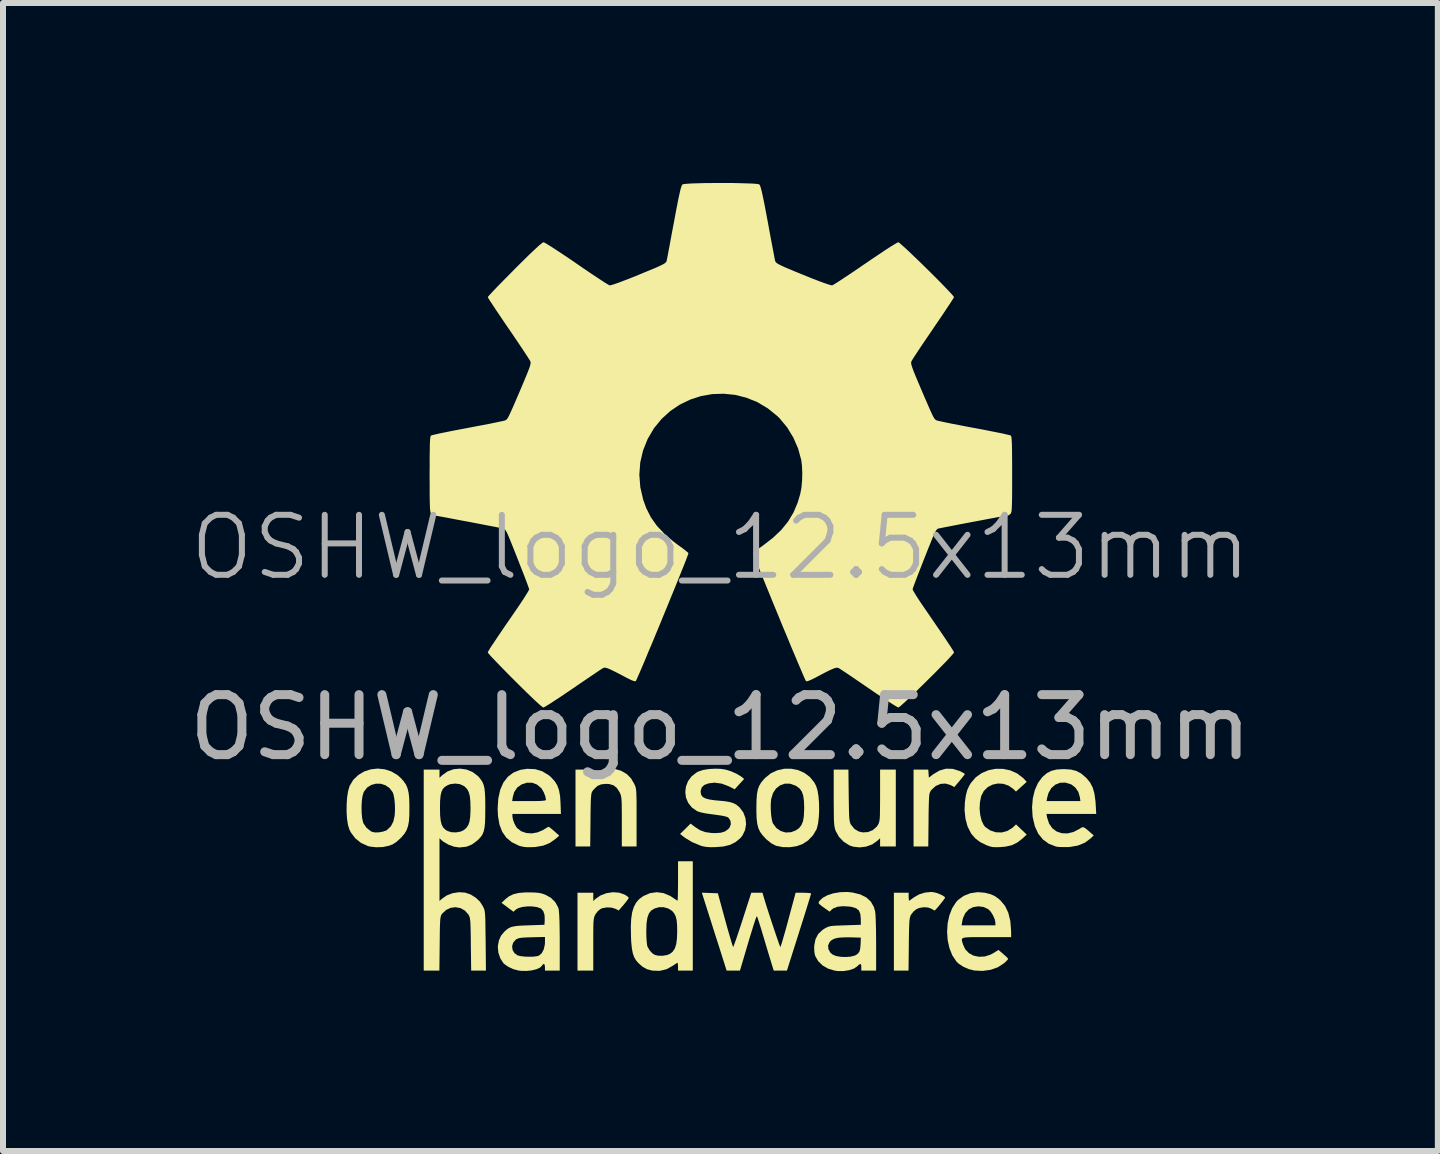
<source format=kicad_pcb>
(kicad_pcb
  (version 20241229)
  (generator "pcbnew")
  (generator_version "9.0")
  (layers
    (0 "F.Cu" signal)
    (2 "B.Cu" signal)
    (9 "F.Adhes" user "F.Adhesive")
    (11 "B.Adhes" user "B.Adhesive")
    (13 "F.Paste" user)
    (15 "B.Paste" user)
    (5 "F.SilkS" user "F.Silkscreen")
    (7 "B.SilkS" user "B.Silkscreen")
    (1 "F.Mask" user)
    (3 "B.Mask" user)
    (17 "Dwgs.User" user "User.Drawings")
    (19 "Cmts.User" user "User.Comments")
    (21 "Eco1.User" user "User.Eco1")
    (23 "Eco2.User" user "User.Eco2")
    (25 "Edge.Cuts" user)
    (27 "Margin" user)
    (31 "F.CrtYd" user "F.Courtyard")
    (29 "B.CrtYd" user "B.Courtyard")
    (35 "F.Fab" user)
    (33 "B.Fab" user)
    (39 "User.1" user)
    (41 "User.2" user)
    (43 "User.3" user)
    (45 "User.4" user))
  (footprint "OSHW_logo_12.5x13mm"
    (layer "F.Cu")
    (at 8.958 6.574)
    (property "Reference" "OSHW_logo_12.5x13mm" (at 0 -0.5 0) (unlocked yes) (layer "F.Fab") (effects (font (size 1 1) (thickness 0.1))))
    (attr smd exclude_from_pos_files exclude_from_bom)
    (fp_poly (pts (xy 3.874 3.192) (xy 3.986 3.227) (xy 3.988 3.228) (xy 4.035 3.251) (xy 4.066 3.27) (xy 4.075 3.278) (xy 4.065 3.295) (xy 4.038 3.329) (xy 4 3.376) (xy 3.987 3.392) (xy 3.899 3.495) (xy 3.836 3.462) (xy 3.753 3.437) (xy 3.67 3.442) (xy 3.59 3.477) (xy 3.52 3.54) (xy 3.509 3.555) (xy 3.499 3.57) (xy 3.491 3.588) (xy 3.484 3.613) (xy 3.48 3.649) (xy 3.477 3.7) (xy 3.474 3.77) (xy 3.472 3.863) (xy 3.47 3.982) (xy 3.47 4.043) (xy 3.465 4.485) (xy 3.342 4.485) (xy 3.22 4.485) (xy 3.22 3.845) (xy 3.22 3.204) (xy 3.342 3.204) (xy 3.465 3.204) (xy 3.47 3.271) (xy 3.475 3.338) (xy 3.549 3.281) (xy 3.654 3.219) (xy 3.762 3.189)) (stroke (width 0) (type solid)) (fill yes) (layer "F.SilkS"))
    (fp_poly (pts (xy -1.687 5.256) (xy -1.598 5.287) (xy -1.557 5.312) (xy -1.532 5.334) (xy -1.528 5.342) (xy -1.538 5.362) (xy -1.565 5.399) (xy -1.603 5.446) (xy -1.611 5.456) (xy -1.695 5.553) (xy -1.747 5.525) (xy -1.814 5.505) (xy -1.892 5.501) (xy -1.966 5.514) (xy -2.001 5.529) (xy -2.042 5.563) (xy -2.079 5.61) (xy -2.085 5.62) (xy -2.095 5.64) (xy -2.103 5.661) (xy -2.109 5.689) (xy -2.114 5.727) (xy -2.117 5.778) (xy -2.118 5.849) (xy -2.119 5.942) (xy -2.119 6.062) (xy -2.119 6.118) (xy -2.119 6.555) (xy -2.251 6.555) (xy -2.382 6.555) (xy -2.382 5.906) (xy -2.382 5.257) (xy -2.251 5.257) (xy -2.119 5.257) (xy -2.119 5.326) (xy -2.119 5.395) (xy -2.082 5.36) (xy -1.998 5.302) (xy -1.898 5.264) (xy -1.791 5.248)) (stroke (width 0) (type solid)) (fill yes) (layer "F.SilkS"))
    (fp_poly (pts (xy 3.553 5.248) (xy 3.603 5.26) (xy 3.657 5.28) (xy 3.704 5.303) (xy 3.737 5.325) (xy 3.746 5.338) (xy 3.736 5.356) (xy 3.711 5.39) (xy 3.677 5.433) (xy 3.64 5.479) (xy 3.605 5.519) (xy 3.58 5.546) (xy 3.57 5.553) (xy 3.554 5.545) (xy 3.522 5.526) (xy 3.522 5.525) (xy 3.463 5.503) (xy 3.391 5.498) (xy 3.317 5.51) (xy 3.269 5.53) (xy 3.222 5.567) (xy 3.183 5.615) (xy 3.18 5.619) (xy 3.17 5.639) (xy 3.162 5.661) (xy 3.156 5.69) (xy 3.151 5.729) (xy 3.148 5.785) (xy 3.145 5.859) (xy 3.143 5.958) (xy 3.141 6.083) (xy 3.141 6.116) (xy 3.136 6.555) (xy 3.014 6.555) (xy 2.892 6.555) (xy 2.892 5.906) (xy 2.892 5.257) (xy 3.015 5.257) (xy 3.138 5.257) (xy 3.138 5.323) (xy 3.14 5.364) (xy 3.144 5.387) (xy 3.146 5.389) (xy 3.163 5.38) (xy 3.196 5.356) (xy 3.228 5.333) (xy 3.313 5.284) (xy 3.411 5.254) (xy 3.511 5.244)) (stroke (width 0) (type solid)) (fill yes) (layer "F.SilkS"))
    (fp_poly (pts (xy 2.139 3.635) (xy 2.141 3.767) (xy 2.143 3.869) (xy 2.145 3.948) (xy 2.148 4.006) (xy 2.153 4.048) (xy 2.159 4.079) (xy 2.166 4.101) (xy 2.176 4.121) (xy 2.177 4.122) (xy 2.234 4.193) (xy 2.307 4.236) (xy 2.371 4.251) (xy 2.459 4.246) (xy 2.539 4.214) (xy 2.604 4.158) (xy 2.626 4.126) (xy 2.637 4.105) (xy 2.645 4.083) (xy 2.651 4.056) (xy 2.656 4.02) (xy 2.659 3.97) (xy 2.66 3.901) (xy 2.661 3.811) (xy 2.662 3.693) (xy 2.662 3.633) (xy 2.662 3.204) (xy 2.793 3.204) (xy 2.924 3.204) (xy 2.924 3.845) (xy 2.924 4.485) (xy 2.793 4.485) (xy 2.662 4.485) (xy 2.662 4.416) (xy 2.662 4.348) (xy 2.616 4.391) (xy 2.531 4.451) (xy 2.43 4.488) (xy 2.321 4.501) (xy 2.214 4.489) (xy 2.152 4.468) (xy 2.055 4.407) (xy 1.977 4.326) (xy 1.923 4.229) (xy 1.922 4.227) (xy 1.912 4.198) (xy 1.905 4.169) (xy 1.899 4.133) (xy 1.895 4.087) (xy 1.892 4.027) (xy 1.891 3.949) (xy 1.89 3.847) (xy 1.889 3.718) (xy 1.889 3.671) (xy 1.889 3.204) (xy 2.012 3.204) (xy 2.134 3.204)) (stroke (width 0) (type solid)) (fill yes) (layer "F.SilkS"))
    (fp_poly (pts (xy 4.711 3.192) (xy 4.832 3.217) (xy 4.944 3.267) (xy 5.043 3.342) (xy 5.063 3.362) (xy 5.106 3.409) (xy 5.017 3.489) (xy 4.927 3.57) (xy 4.883 3.527) (xy 4.803 3.471) (xy 4.715 3.441) (xy 4.624 3.436) (xy 4.536 3.455) (xy 4.457 3.496) (xy 4.392 3.559) (xy 4.349 3.641) (xy 4.346 3.652) (xy 4.326 3.752) (xy 4.321 3.858) (xy 4.331 3.961) (xy 4.354 4.054) (xy 4.389 4.128) (xy 4.415 4.161) (xy 4.498 4.218) (xy 4.591 4.249) (xy 4.689 4.252) (xy 4.783 4.227) (xy 4.868 4.175) (xy 4.883 4.161) (xy 4.928 4.118) (xy 5.017 4.203) (xy 5.106 4.287) (xy 5.034 4.354) (xy 4.949 4.42) (xy 4.859 4.464) (xy 4.756 4.488) (xy 4.666 4.496) (xy 4.59 4.498) (xy 4.534 4.495) (xy 4.486 4.483) (xy 4.432 4.463) (xy 4.329 4.412) (xy 4.25 4.352) (xy 4.185 4.277) (xy 4.175 4.261) (xy 4.12 4.152) (xy 4.085 4.023) (xy 4.07 3.88) (xy 4.076 3.742) (xy 4.092 3.633) (xy 4.115 3.545) (xy 4.15 3.469) (xy 4.176 3.427) (xy 4.256 3.333) (xy 4.356 3.262) (xy 4.468 3.215) (xy 4.588 3.191)) (stroke (width 0) (type solid)) (fill yes) (layer "F.SilkS"))
    (fp_poly (pts (xy -1.767 3.191) (xy -1.655 3.224) (xy -1.649 3.227) (xy -1.559 3.28) (xy -1.49 3.35) (xy -1.436 3.442) (xy -1.425 3.466) (xy -1.416 3.49) (xy -1.409 3.517) (xy -1.404 3.551) (xy -1.401 3.596) (xy -1.399 3.657) (xy -1.397 3.738) (xy -1.397 3.843) (xy -1.397 3.975) (xy -1.397 4.005) (xy -1.397 4.485) (xy -1.52 4.485) (xy -1.643 4.485) (xy -1.643 4.07) (xy -1.643 3.942) (xy -1.644 3.842) (xy -1.645 3.766) (xy -1.648 3.71) (xy -1.652 3.668) (xy -1.658 3.638) (xy -1.666 3.613) (xy -1.676 3.59) (xy -1.68 3.582) (xy -1.726 3.51) (xy -1.781 3.466) (xy -1.852 3.445) (xy -1.906 3.442) (xy -1.987 3.45) (xy -2.051 3.478) (xy -2.108 3.532) (xy -2.127 3.555) (xy -2.137 3.57) (xy -2.145 3.588) (xy -2.151 3.613) (xy -2.155 3.649) (xy -2.159 3.7) (xy -2.161 3.769) (xy -2.163 3.862) (xy -2.165 3.982) (xy -2.165 4.043) (xy -2.17 4.485) (xy -2.293 4.485) (xy -2.415 4.485) (xy -2.415 3.845) (xy -2.415 3.204) (xy -2.292 3.204) (xy -2.169 3.204) (xy -2.169 3.269) (xy -2.169 3.335) (xy -2.094 3.278) (xy -1.991 3.219) (xy -1.881 3.19)) (stroke (width 0) (type solid)) (fill yes) (layer "F.SilkS"))
    (fp_poly (pts (xy 5.839 3.203) (xy 5.932 3.226) (xy 6.014 3.27) (xy 6.095 3.339) (xy 6.106 3.35) (xy 6.164 3.422) (xy 6.207 3.505) (xy 6.235 3.606) (xy 6.252 3.73) (xy 6.255 3.774) (xy 6.265 3.943) (xy 5.85 3.943) (xy 5.435 3.943) (xy 5.446 4.004) (xy 5.479 4.104) (xy 5.533 4.182) (xy 5.605 4.236) (xy 5.691 4.265) (xy 5.786 4.268) (xy 5.886 4.244) (xy 5.984 4.193) (xy 6.015 4.173) (xy 6.039 4.164) (xy 6.061 4.168) (xy 6.091 4.188) (xy 6.136 4.225) (xy 6.163 4.249) (xy 6.223 4.301) (xy 6.172 4.351) (xy 6.075 4.423) (xy 5.957 4.471) (xy 5.822 4.494) (xy 5.783 4.496) (xy 5.712 4.496) (xy 5.648 4.494) (xy 5.602 4.489) (xy 5.594 4.487) (xy 5.475 4.441) (xy 5.376 4.369) (xy 5.298 4.272) (xy 5.242 4.15) (xy 5.207 4.004) (xy 5.204 3.985) (xy 5.195 3.83) (xy 5.204 3.729) (xy 5.437 3.729) (xy 5.719 3.729) (xy 6.001 3.729) (xy 5.992 3.664) (xy 5.967 3.577) (xy 5.917 3.504) (xy 5.85 3.452) (xy 5.842 3.449) (xy 5.748 3.421) (xy 5.659 3.424) (xy 5.581 3.456) (xy 5.516 3.513) (xy 5.469 3.594) (xy 5.448 3.668) (xy 5.437 3.729) (xy 5.204 3.729) (xy 5.208 3.682) (xy 5.241 3.546) (xy 5.294 3.427) (xy 5.365 3.33) (xy 5.37 3.326) (xy 5.44 3.265) (xy 5.516 3.225) (xy 5.604 3.203) (xy 5.714 3.196) (xy 5.726 3.196)) (stroke (width 0) (type solid)) (fill yes) (layer "F.SilkS"))
    (fp_poly (pts (xy -3.087 3.197) (xy -2.968 3.233) (xy -2.861 3.298) (xy -2.824 3.33) (xy -2.763 3.396) (xy -2.719 3.466) (xy -2.69 3.547) (xy -2.672 3.647) (xy -2.665 3.758) (xy -2.658 3.943) (xy -3.062 3.943) (xy -3.467 3.943) (xy -3.467 3.985) (xy -3.457 4.039) (xy -3.434 4.103) (xy -3.402 4.161) (xy -3.388 4.179) (xy -3.32 4.232) (xy -3.236 4.261) (xy -3.142 4.268) (xy -3.045 4.25) (xy -2.952 4.209) (xy -2.934 4.198) (xy -2.895 4.173) (xy -2.867 4.159) (xy -2.862 4.157) (xy -2.845 4.168) (xy -2.811 4.195) (xy -2.768 4.232) (xy -2.686 4.305) (xy -2.744 4.356) (xy -2.842 4.426) (xy -2.952 4.471) (xy -3.08 4.494) (xy -3.13 4.497) (xy -3.216 4.498) (xy -3.282 4.492) (xy -3.338 4.479) (xy -3.364 4.47) (xy -3.478 4.414) (xy -3.568 4.339) (xy -3.636 4.242) (xy -3.682 4.123) (xy -3.707 3.98) (xy -3.713 3.855) (xy -3.705 3.729) (xy -3.471 3.729) (xy -3.189 3.729) (xy -3.081 3.729) (xy -3.003 3.727) (xy -2.95 3.723) (xy -2.92 3.718) (xy -2.908 3.711) (xy -2.908 3.709) (xy -2.918 3.65) (xy -2.944 3.583) (xy -2.978 3.524) (xy -2.986 3.514) (xy -3.056 3.454) (xy -3.138 3.423) (xy -3.227 3.423) (xy -3.313 3.451) (xy -3.387 3.504) (xy -3.437 3.579) (xy -3.46 3.66) (xy -3.471 3.729) (xy -3.705 3.729) (xy -3.702 3.686) (xy -3.67 3.541) (xy -3.617 3.42) (xy -3.543 3.324) (xy -3.45 3.254) (xy -3.337 3.209) (xy -3.22 3.191)) (stroke (width 0) (type solid)) (fill yes) (layer "F.SilkS"))
    (fp_poly (pts (xy 1.293 3.212) (xy 1.398 3.258) (xy 1.49 3.326) (xy 1.564 3.416) (xy 1.595 3.475) (xy 1.619 3.55) (xy 1.635 3.648) (xy 1.644 3.76) (xy 1.646 3.879) (xy 1.641 3.994) (xy 1.629 4.098) (xy 1.609 4.181) (xy 1.602 4.2) (xy 1.545 4.298) (xy 1.463 4.384) (xy 1.369 4.446) (xy 1.27 4.481) (xy 1.155 4.498) (xy 1.038 4.496) (xy 0.934 4.475) (xy 0.928 4.474) (xy 0.85 4.434) (xy 0.767 4.367) (xy 0.754 4.354) (xy 0.701 4.297) (xy 0.661 4.241) (xy 0.633 4.18) (xy 0.615 4.109) (xy 0.604 4.021) (xy 0.6 3.909) (xy 0.6 3.845) (xy 0.601 3.787) (xy 0.839 3.787) (xy 0.84 3.875) (xy 0.846 3.961) (xy 0.857 4.036) (xy 0.871 4.091) (xy 0.876 4.101) (xy 0.932 4.177) (xy 1.005 4.228) (xy 1.089 4.253) (xy 1.177 4.248) (xy 1.257 4.218) (xy 1.311 4.18) (xy 1.35 4.131) (xy 1.376 4.068) (xy 1.391 3.983) (xy 1.396 3.873) (xy 1.397 3.845) (xy 1.393 3.729) (xy 1.381 3.641) (xy 1.359 3.574) (xy 1.325 3.524) (xy 1.275 3.485) (xy 1.249 3.47) (xy 1.159 3.439) (xy 1.073 3.439) (xy 0.994 3.467) (xy 0.927 3.52) (xy 0.877 3.595) (xy 0.848 3.691) (xy 0.845 3.708) (xy 0.839 3.787) (xy 0.601 3.787) (xy 0.602 3.719) (xy 0.609 3.62) (xy 0.623 3.541) (xy 0.646 3.476) (xy 0.68 3.419) (xy 0.727 3.363) (xy 0.746 3.343) (xy 0.841 3.266) (xy 0.949 3.216) (xy 1.064 3.19) (xy 1.18 3.19)) (stroke (width 0) (type solid)) (fill yes) (layer "F.SilkS"))
    (fp_poly (pts (xy -5.597 3.199) (xy -5.485 3.235) (xy -5.382 3.296) (xy -5.329 3.343) (xy -5.278 3.4) (xy -5.24 3.456) (xy -5.214 3.518) (xy -5.197 3.591) (xy -5.187 3.683) (xy -5.184 3.798) (xy -5.184 3.845) (xy -5.185 3.97) (xy -5.192 4.069) (xy -5.207 4.147) (xy -5.23 4.212) (xy -5.263 4.269) (xy -5.31 4.325) (xy -5.338 4.354) (xy -5.403 4.412) (xy -5.463 4.45) (xy -5.522 4.473) (xy -5.626 4.495) (xy -5.738 4.499) (xy -5.843 4.487) (xy -5.876 4.478) (xy -5.991 4.426) (xy -6.087 4.349) (xy -6.161 4.25) (xy -6.186 4.199) (xy -6.209 4.121) (xy -6.224 4.019) (xy -6.231 3.904) (xy -6.23 3.824) (xy -5.982 3.824) (xy -5.98 3.921) (xy -5.972 4.009) (xy -5.957 4.08) (xy -5.949 4.101) (xy -5.899 4.174) (xy -5.829 4.23) (xy -5.8 4.244) (xy -5.753 4.252) (xy -5.69 4.25) (xy -5.625 4.238) (xy -5.572 4.22) (xy -5.557 4.211) (xy -5.492 4.148) (xy -5.451 4.069) (xy -5.429 3.968) (xy -5.429 3.965) (xy -5.424 3.876) (xy -5.426 3.783) (xy -5.434 3.695) (xy -5.448 3.623) (xy -5.462 3.582) (xy -5.515 3.512) (xy -5.583 3.465) (xy -5.661 3.44) (xy -5.742 3.439) (xy -5.82 3.46) (xy -5.889 3.504) (xy -5.941 3.571) (xy -5.948 3.586) (xy -5.966 3.647) (xy -5.977 3.729) (xy -5.982 3.824) (xy -6.23 3.824) (xy -6.23 3.784) (xy -6.222 3.667) (xy -6.206 3.564) (xy -6.182 3.482) (xy -6.179 3.474) (xy -6.118 3.373) (xy -6.035 3.294) (xy -5.937 3.235) (xy -5.828 3.2) (xy -5.713 3.187)) (stroke (width 0) (type solid)) (fill yes) (layer "F.SilkS"))
    (fp_poly (pts (xy 4.411 5.257) (xy 4.413 5.258) (xy 4.501 5.28) (xy 4.57 5.31) (xy 4.634 5.355) (xy 4.668 5.385) (xy 4.744 5.475) (xy 4.799 5.59) (xy 4.833 5.729) (xy 4.846 5.894) (xy 4.846 5.911) (xy 4.847 5.997) (xy 4.436 5.997) (xy 4.306 5.997) (xy 4.206 5.997) (xy 4.131 5.999) (xy 4.079 6.003) (xy 4.046 6.011) (xy 4.029 6.023) (xy 4.024 6.041) (xy 4.028 6.066) (xy 4.038 6.099) (xy 4.043 6.116) (xy 4.081 6.199) (xy 4.142 6.263) (xy 4.219 6.305) (xy 4.309 6.324) (xy 4.405 6.32) (xy 4.502 6.289) (xy 4.552 6.262) (xy 4.635 6.21) (xy 4.716 6.279) (xy 4.758 6.316) (xy 4.787 6.345) (xy 4.797 6.36) (xy 4.786 6.376) (xy 4.756 6.406) (xy 4.729 6.431) (xy 4.625 6.499) (xy 4.503 6.542) (xy 4.367 6.56) (xy 4.234 6.553) (xy 4.14 6.53) (xy 4.049 6.49) (xy 3.971 6.439) (xy 3.933 6.402) (xy 3.865 6.299) (xy 3.817 6.177) (xy 3.788 6.044) (xy 3.779 5.905) (xy 3.786 5.8) (xy 4.021 5.8) (xy 4.302 5.8) (xy 4.584 5.8) (xy 4.584 5.754) (xy 4.573 5.699) (xy 4.545 5.635) (xy 4.508 5.575) (xy 4.468 5.533) (xy 4.468 5.533) (xy 4.39 5.495) (xy 4.303 5.483) (xy 4.216 5.496) (xy 4.142 5.533) (xy 4.081 5.598) (xy 4.042 5.685) (xy 4.032 5.73) (xy 4.021 5.8) (xy 3.786 5.8) (xy 3.788 5.766) (xy 3.817 5.634) (xy 3.864 5.514) (xy 3.929 5.413) (xy 3.962 5.377) (xy 4.056 5.309) (xy 4.167 5.265) (xy 4.288 5.247)) (stroke (width 0) (type solid)) (fill yes) (layer "F.SilkS"))
    (fp_poly (pts (xy 0.011 3.192) (xy 0.084 3.204) (xy 0.176 3.232) (xy 0.267 3.272) (xy 0.342 3.317) (xy 0.358 3.329) (xy 0.396 3.36) (xy 0.317 3.446) (xy 0.238 3.533) (xy 0.145 3.485) (xy 0.022 3.438) (xy -0.098 3.422) (xy -0.198 3.434) (xy -0.268 3.46) (xy -0.311 3.5) (xy -0.328 3.557) (xy -0.329 3.576) (xy -0.322 3.622) (xy -0.298 3.657) (xy -0.254 3.683) (xy -0.187 3.702) (xy -0.092 3.716) (xy -0.033 3.721) (xy 0.074 3.731) (xy 0.156 3.745) (xy 0.218 3.764) (xy 0.268 3.791) (xy 0.312 3.827) (xy 0.32 3.835) (xy 0.382 3.918) (xy 0.418 4.014) (xy 0.428 4.114) (xy 0.411 4.213) (xy 0.368 4.303) (xy 0.331 4.348) (xy 0.252 4.413) (xy 0.16 4.459) (xy 0.05 4.486) (xy -0.073 4.496) (xy -0.166 4.498) (xy -0.236 4.493) (xy -0.295 4.482) (xy -0.329 4.472) (xy -0.472 4.413) (xy -0.59 4.341) (xy -0.611 4.325) (xy -0.672 4.277) (xy -0.584 4.191) (xy -0.497 4.104) (xy -0.42 4.163) (xy -0.338 4.215) (xy -0.249 4.247) (xy -0.146 4.261) (xy -0.09 4.263) (xy 0.004 4.257) (xy 0.075 4.236) (xy 0.129 4.198) (xy 0.152 4.171) (xy 0.174 4.117) (xy 0.169 4.06) (xy 0.14 4.012) (xy 0.124 3.999) (xy 0.092 3.987) (xy 0.034 3.974) (xy -0.044 3.962) (xy -0.119 3.952) (xy -0.242 3.935) (xy -0.333 3.916) (xy -0.39 3.896) (xy -0.475 3.836) (xy -0.536 3.76) (xy -0.573 3.673) (xy -0.585 3.579) (xy -0.574 3.486) (xy -0.539 3.396) (xy -0.48 3.317) (xy -0.398 3.253) (xy -0.366 3.236) (xy -0.29 3.211) (xy -0.195 3.195) (xy -0.09 3.189)) (stroke (width 0) (type solid)) (fill yes) (layer "F.SilkS"))
    (fp_poly (pts (xy -0.46 5.644) (xy -0.46 6.555) (xy -0.583 6.555) (xy -0.706 6.555) (xy -0.706 6.49) (xy -0.708 6.448) (xy -0.713 6.426) (xy -0.715 6.424) (xy -0.732 6.433) (xy -0.766 6.455) (xy -0.79 6.472) (xy -0.898 6.532) (xy -1.012 6.559) (xy -1.135 6.555) (xy -1.135 6.555) (xy -1.223 6.532) (xy -1.296 6.492) (xy -1.367 6.429) (xy -1.409 6.38) (xy -1.439 6.327) (xy -1.461 6.262) (xy -1.476 6.181) (xy -1.486 6.078) (xy -1.49 5.997) (xy -1.491 5.905) (xy -1.235 5.905) (xy -1.234 5.988) (xy -1.229 6.064) (xy -1.223 6.122) (xy -1.216 6.153) (xy -1.182 6.214) (xy -1.136 6.265) (xy -1.093 6.293) (xy -1.031 6.307) (xy -0.956 6.307) (xy -0.884 6.294) (xy -0.841 6.276) (xy -0.793 6.237) (xy -0.759 6.184) (xy -0.736 6.113) (xy -0.724 6.019) (xy -0.72 5.9) (xy -0.722 5.792) (xy -0.73 5.71) (xy -0.746 5.649) (xy -0.77 5.601) (xy -0.805 5.56) (xy -0.81 5.556) (xy -0.87 5.519) (xy -0.946 5.498) (xy -1.021 5.498) (xy -1.026 5.499) (xy -1.097 5.519) (xy -1.152 5.552) (xy -1.191 5.601) (xy -1.216 5.67) (xy -1.231 5.764) (xy -1.235 5.885) (xy -1.235 5.905) (xy -1.491 5.905) (xy -1.493 5.832) (xy -1.487 5.696) (xy -1.471 5.584) (xy -1.443 5.494) (xy -1.404 5.421) (xy -1.352 5.361) (xy -1.285 5.313) (xy -1.284 5.312) (xy -1.174 5.264) (xy -1.06 5.248) (xy -0.947 5.263) (xy -0.836 5.31) (xy -0.792 5.339) (xy -0.751 5.367) (xy -0.723 5.385) (xy -0.715 5.389) (xy -0.712 5.373) (xy -0.71 5.33) (xy -0.708 5.263) (xy -0.707 5.178) (xy -0.706 5.081) (xy -0.706 5.06) (xy -0.706 4.732) (xy -0.583 4.732) (xy -0.46 4.732)) (stroke (width 0) (type solid)) (fill yes) (layer "F.SilkS"))
    (fp_poly (pts (xy -0.175 5.261) (xy -0.042 5.266) (xy 0.08 5.713) (xy 0.112 5.829) (xy 0.142 5.933) (xy 0.168 6.023) (xy 0.189 6.093) (xy 0.204 6.14) (xy 0.212 6.161) (xy 0.213 6.161) (xy 0.22 6.146) (xy 0.236 6.104) (xy 0.26 6.038) (xy 0.289 5.952) (xy 0.323 5.851) (xy 0.36 5.738) (xy 0.369 5.709) (xy 0.515 5.257) (xy 0.608 5.257) (xy 0.701 5.257) (xy 0.722 5.327) (xy 0.743 5.397) (xy 0.769 5.481) (xy 0.8 5.577) (xy 0.833 5.679) (xy 0.867 5.782) (xy 0.9 5.881) (xy 0.931 5.973) (xy 0.958 6.051) (xy 0.979 6.112) (xy 0.994 6.15) (xy 1 6.161) (xy 1.007 6.146) (xy 1.021 6.103) (xy 1.041 6.036) (xy 1.066 5.949) (xy 1.095 5.847) (xy 1.126 5.733) (xy 1.132 5.709) (xy 1.254 5.257) (xy 1.383 5.257) (xy 1.443 5.259) (xy 1.489 5.263) (xy 1.511 5.268) (xy 1.512 5.27) (xy 1.507 5.288) (xy 1.494 5.333) (xy 1.472 5.404) (xy 1.444 5.495) (xy 1.41 5.605) (xy 1.371 5.728) (xy 1.328 5.863) (xy 1.311 5.918) (xy 1.109 6.555) (xy 0.999 6.555) (xy 0.889 6.555) (xy 0.84 6.395) (xy 0.818 6.324) (xy 0.79 6.231) (xy 0.758 6.125) (xy 0.726 6.016) (xy 0.705 5.947) (xy 0.678 5.855) (xy 0.652 5.774) (xy 0.631 5.709) (xy 0.616 5.665) (xy 0.609 5.648) (xy 0.604 5.654) (xy 0.592 5.68) (xy 0.576 5.728) (xy 0.552 5.8) (xy 0.523 5.895) (xy 0.485 6.018) (xy 0.441 6.167) (xy 0.388 6.346) (xy 0.349 6.477) (xy 0.326 6.555) (xy 0.215 6.555) (xy 0.104 6.555) (xy -0.03 6.132) (xy -0.071 6.005) (xy -0.113 5.874) (xy -0.153 5.746) (xy -0.19 5.631) (xy -0.221 5.533) (xy -0.237 5.483) (xy -0.309 5.256)) (stroke (width 0) (type solid)) (fill yes) (layer "F.SilkS"))
    (fp_poly (pts (xy -3.096 5.253) (xy -3.028 5.259) (xy -2.971 5.271) (xy -2.921 5.289) (xy -2.827 5.34) (xy -2.754 5.412) (xy -2.706 5.498) (xy -2.696 5.529) (xy -2.691 5.569) (xy -2.686 5.638) (xy -2.682 5.735) (xy -2.68 5.856) (xy -2.678 5.997) (xy -2.678 6.078) (xy -2.678 6.555) (xy -2.801 6.555) (xy -2.924 6.555) (xy -2.924 6.498) (xy -2.93 6.455) (xy -2.944 6.442) (xy -2.965 6.459) (xy -2.973 6.472) (xy -3.007 6.505) (xy -3.066 6.532) (xy -3.143 6.551) (xy -3.23 6.56) (xy -3.32 6.559) (xy -3.367 6.553) (xy -3.453 6.53) (xy -3.536 6.491) (xy -3.603 6.444) (xy -3.618 6.429) (xy -3.668 6.352) (xy -3.7 6.259) (xy -3.71 6.162) (xy -3.709 6.149) (xy -3.472 6.149) (xy -3.464 6.211) (xy -3.432 6.264) (xy -3.381 6.301) (xy -3.332 6.313) (xy -3.264 6.321) (xy -3.188 6.324) (xy -3.114 6.322) (xy -3.053 6.314) (xy -3.023 6.304) (xy -2.977 6.264) (xy -2.944 6.2) (xy -2.926 6.118) (xy -2.924 6.081) (xy -2.924 5.994) (xy -3.145 5.999) (xy -3.237 6.002) (xy -3.303 6.006) (xy -3.348 6.012) (xy -3.379 6.021) (xy -3.403 6.033) (xy -3.411 6.039) (xy -3.454 6.089) (xy -3.472 6.149) (xy -3.709 6.149) (xy -3.709 6.144) (xy -3.691 6.049) (xy -3.656 5.972) (xy -3.604 5.909) (xy -3.566 5.874) (xy -3.53 5.848) (xy -3.489 5.829) (xy -3.438 5.817) (xy -3.369 5.808) (xy -3.278 5.803) (xy -3.196 5.8) (xy -2.933 5.791) (xy -2.928 5.711) (xy -2.931 5.629) (xy -2.952 5.564) (xy -2.988 5.522) (xy -2.995 5.518) (xy -3.057 5.496) (xy -3.136 5.485) (xy -3.221 5.485) (xy -3.302 5.494) (xy -3.37 5.514) (xy -3.411 5.538) (xy -3.449 5.574) (xy -3.548 5.5) (xy -3.648 5.426) (xy -3.587 5.367) (xy -3.523 5.316) (xy -3.449 5.281) (xy -3.36 5.26) (xy -3.247 5.251) (xy -3.187 5.251)) (stroke (width 0) (type solid)) (fill yes) (layer "F.SilkS"))
    (fp_poly (pts (xy 2.201 5.253) (xy 2.33 5.284) (xy 2.432 5.335) (xy 2.508 5.405) (xy 2.559 5.495) (xy 2.579 5.568) (xy 2.584 5.608) (xy 2.588 5.675) (xy 2.591 5.765) (xy 2.594 5.871) (xy 2.595 5.989) (xy 2.596 6.106) (xy 2.596 6.555) (xy 2.473 6.555) (xy 2.349 6.555) (xy 2.349 6.498) (xy 2.346 6.456) (xy 2.332 6.443) (xy 2.306 6.459) (xy 2.284 6.481) (xy 2.228 6.52) (xy 2.15 6.547) (xy 2.056 6.562) (xy 1.956 6.562) (xy 1.905 6.555) (xy 1.797 6.523) (xy 1.704 6.469) (xy 1.63 6.397) (xy 1.581 6.311) (xy 1.577 6.3) (xy 1.566 6.241) (xy 1.563 6.166) (xy 1.565 6.139) (xy 1.795 6.139) (xy 1.801 6.198) (xy 1.833 6.255) (xy 1.871 6.288) (xy 1.927 6.311) (xy 2.003 6.325) (xy 2.088 6.328) (xy 2.17 6.322) (xy 2.239 6.305) (xy 2.263 6.293) (xy 2.296 6.268) (xy 2.317 6.238) (xy 2.33 6.193) (xy 2.336 6.127) (xy 2.338 6.095) (xy 2.341 6.005) (xy 2.159 6) (xy 2.045 6.001) (xy 1.959 6.008) (xy 1.894 6.025) (xy 1.847 6.052) (xy 1.818 6.083) (xy 1.795 6.139) (xy 1.565 6.139) (xy 1.565 6.134) (xy 1.586 6.029) (xy 1.631 5.944) (xy 1.703 5.876) (xy 1.737 5.854) (xy 1.768 5.837) (xy 1.797 5.824) (xy 1.831 5.815) (xy 1.874 5.809) (xy 1.935 5.805) (xy 2.018 5.802) (xy 2.078 5.8) (xy 2.341 5.791) (xy 2.34 5.687) (xy 2.332 5.607) (xy 2.308 5.552) (xy 2.263 5.516) (xy 2.192 5.494) (xy 2.158 5.488) (xy 2.047 5.481) (xy 1.954 5.49) (xy 1.883 5.517) (xy 1.855 5.538) (xy 1.821 5.572) (xy 1.761 5.53) (xy 1.699 5.486) (xy 1.661 5.456) (xy 1.641 5.436) (xy 1.637 5.421) (xy 1.644 5.405) (xy 1.652 5.393) (xy 1.706 5.341) (xy 1.786 5.298) (xy 1.885 5.266) (xy 1.995 5.248) (xy 2.111 5.244)) (stroke (width 0) (type solid)) (fill yes) (layer "F.SilkS"))
    (fp_poly (pts (xy -4.233 3.203) (xy -4.132 3.244) (xy -4.044 3.31) (xy -4.02 3.336) (xy -3.988 3.377) (xy -3.963 3.418) (xy -3.945 3.464) (xy -3.932 3.52) (xy -3.925 3.592) (xy -3.92 3.684) (xy -3.919 3.801) (xy -3.919 3.853) (xy -3.92 3.984) (xy -3.923 4.087) (xy -3.931 4.167) (xy -3.944 4.23) (xy -3.964 4.281) (xy -3.992 4.324) (xy -4.029 4.365) (xy -4.058 4.391) (xy -4.142 4.453) (xy -4.231 4.489) (xy -4.336 4.501) (xy -4.353 4.502) (xy -4.44 4.489) (xy -4.531 4.456) (xy -4.614 4.408) (xy -4.645 4.383) (xy -4.682 4.348) (xy -4.682 4.871) (xy -4.682 5.395) (xy -4.645 5.36) (xy -4.562 5.302) (xy -4.462 5.264) (xy -4.357 5.248) (xy -4.254 5.255) (xy -4.163 5.286) (xy -4.073 5.343) (xy -4.007 5.407) (xy -3.959 5.482) (xy -3.948 5.505) (xy -3.938 5.527) (xy -3.931 5.553) (xy -3.926 5.585) (xy -3.922 5.629) (xy -3.919 5.688) (xy -3.917 5.766) (xy -3.916 5.867) (xy -3.914 5.995) (xy -3.913 6.058) (xy -3.908 6.555) (xy -4.031 6.555) (xy -4.154 6.555) (xy -4.16 6.116) (xy -4.161 5.984) (xy -4.163 5.88) (xy -4.165 5.801) (xy -4.168 5.743) (xy -4.173 5.7) (xy -4.178 5.67) (xy -4.186 5.647) (xy -4.195 5.628) (xy -4.201 5.619) (xy -4.259 5.554) (xy -4.332 5.513) (xy -4.413 5.498) (xy -4.495 5.508) (xy -4.572 5.544) (xy -4.637 5.605) (xy -4.64 5.608) (xy -4.65 5.623) (xy -4.658 5.641) (xy -4.664 5.665) (xy -4.669 5.699) (xy -4.672 5.748) (xy -4.675 5.816) (xy -4.677 5.906) (xy -4.678 6.022) (xy -4.679 6.105) (xy -4.684 6.555) (xy -4.815 6.555) (xy -4.945 6.555) (xy -4.945 4.88) (xy -4.945 3.845) (xy -4.674 3.845) (xy -4.672 3.962) (xy -4.663 4.051) (xy -4.647 4.119) (xy -4.622 4.168) (xy -4.586 4.204) (xy -4.55 4.227) (xy -4.484 4.248) (xy -4.407 4.251) (xy -4.331 4.238) (xy -4.275 4.212) (xy -4.232 4.173) (xy -4.201 4.126) (xy -4.181 4.066) (xy -4.17 3.986) (xy -4.165 3.88) (xy -4.165 3.845) (xy -4.168 3.731) (xy -4.177 3.644) (xy -4.195 3.578) (xy -4.222 3.528) (xy -4.261 3.488) (xy -4.275 3.478) (xy -4.341 3.447) (xy -4.421 3.437) (xy -4.502 3.447) (xy -4.546 3.464) (xy -4.592 3.492) (xy -4.626 3.527) (xy -4.649 3.573) (xy -4.664 3.636) (xy -4.672 3.721) (xy -4.674 3.833) (xy -4.674 3.845) (xy -4.945 3.845) (xy -4.945 3.204) (xy -4.814 3.204) (xy -4.682 3.204) (xy -4.682 3.273) (xy -4.682 3.341) (xy -4.637 3.298) (xy -4.549 3.235) (xy -4.448 3.198) (xy -4.34 3.188)) (stroke (width 0) (type solid)) (fill yes) (layer "F.SilkS"))
    (fp_poly (pts (xy 0.105 -6.574) (xy 0.229 -6.573) (xy 0.346 -6.57) (xy 0.449 -6.567) (xy 0.536 -6.564) (xy 0.601 -6.559) (xy 0.64 -6.553) (xy 0.648 -6.55) (xy 0.657 -6.538) (xy 0.667 -6.513) (xy 0.679 -6.473) (xy 0.694 -6.414) (xy 0.711 -6.334) (xy 0.732 -6.231) (xy 0.757 -6.101) (xy 0.787 -5.941) (xy 0.791 -5.921) (xy 0.816 -5.783) (xy 0.84 -5.654) (xy 0.862 -5.538) (xy 0.881 -5.438) (xy 0.896 -5.36) (xy 0.906 -5.305) (xy 0.912 -5.279) (xy 0.912 -5.278) (xy 0.917 -5.264) (xy 0.926 -5.251) (xy 0.943 -5.236) (xy 0.971 -5.219) (xy 1.013 -5.198) (xy 1.071 -5.171) (xy 1.15 -5.138) (xy 1.252 -5.095) (xy 1.38 -5.043) (xy 1.436 -5.02) (xy 1.55 -4.974) (xy 1.652 -4.935) (xy 1.739 -4.903) (xy 1.806 -4.881) (xy 1.849 -4.869) (xy 1.863 -4.867) (xy 1.884 -4.878) (xy 1.929 -4.905) (xy 1.994 -4.947) (xy 2.077 -5.002) (xy 2.174 -5.066) (xy 2.282 -5.139) (xy 2.398 -5.219) (xy 2.415 -5.23) (xy 2.532 -5.31) (xy 2.641 -5.383) (xy 2.739 -5.449) (xy 2.824 -5.504) (xy 2.892 -5.546) (xy 2.94 -5.574) (xy 2.964 -5.586) (xy 2.966 -5.586) (xy 2.984 -5.575) (xy 3.021 -5.543) (xy 3.076 -5.494) (xy 3.144 -5.431) (xy 3.222 -5.356) (xy 3.308 -5.274) (xy 3.398 -5.186) (xy 3.489 -5.096) (xy 3.578 -5.008) (xy 3.662 -4.923) (xy 3.737 -4.846) (xy 3.801 -4.779) (xy 3.851 -4.726) (xy 3.883 -4.689) (xy 3.894 -4.671) (xy 3.885 -4.654) (xy 3.859 -4.613) (xy 3.819 -4.551) (xy 3.766 -4.472) (xy 3.703 -4.377) (xy 3.631 -4.271) (xy 3.553 -4.157) (xy 3.546 -4.146) (xy 3.467 -4.03) (xy 3.393 -3.921) (xy 3.327 -3.823) (xy 3.271 -3.738) (xy 3.226 -3.67) (xy 3.196 -3.622) (xy 3.183 -3.598) (xy 3.183 -3.598) (xy 3.179 -3.581) (xy 3.181 -3.557) (xy 3.19 -3.522) (xy 3.207 -3.473) (xy 3.233 -3.406) (xy 3.269 -3.318) (xy 3.318 -3.203) (xy 3.335 -3.162) (xy 3.395 -3.022) (xy 3.444 -2.909) (xy 3.482 -2.821) (xy 3.513 -2.753) (xy 3.536 -2.703) (xy 3.555 -2.668) (xy 3.569 -2.645) (xy 3.582 -2.631) (xy 3.594 -2.622) (xy 3.607 -2.616) (xy 3.611 -2.614) (xy 3.637 -2.608) (xy 3.692 -2.596) (xy 3.771 -2.579) (xy 3.87 -2.559) (xy 3.985 -2.537) (xy 4.113 -2.512) (xy 4.238 -2.489) (xy 4.373 -2.464) (xy 4.497 -2.439) (xy 4.609 -2.417) (xy 4.703 -2.398) (xy 4.775 -2.381) (xy 4.823 -2.37) (xy 4.842 -2.363) (xy 4.847 -2.352) (xy 4.852 -2.327) (xy 4.856 -2.286) (xy 4.859 -2.226) (xy 4.861 -2.144) (xy 4.862 -2.038) (xy 4.863 -1.905) (xy 4.863 -1.742) (xy 4.863 -1.716) (xy 4.863 -1.553) (xy 4.863 -1.42) (xy 4.862 -1.314) (xy 4.86 -1.231) (xy 4.858 -1.169) (xy 4.855 -1.124) (xy 4.851 -1.094) (xy 4.845 -1.074) (xy 4.839 -1.063) (xy 4.837 -1.061) (xy 4.814 -1.04) (xy 4.803 -1.035) (xy 4.784 -1.032) (xy 4.736 -1.024) (xy 4.665 -1.011) (xy 4.575 -0.994) (xy 4.471 -0.975) (xy 4.357 -0.953) (xy 4.238 -0.931) (xy 4.118 -0.908) (xy 4.001 -0.886) (xy 3.893 -0.865) (xy 3.797 -0.846) (xy 3.718 -0.831) (xy 3.66 -0.819) (xy 3.629 -0.813) (xy 3.624 -0.812) (xy 3.602 -0.791) (xy 3.578 -0.754) (xy 3.576 -0.75) (xy 3.558 -0.711) (xy 3.532 -0.648) (xy 3.5 -0.568) (xy 3.462 -0.475) (xy 3.422 -0.373) (xy 3.38 -0.267) (xy 3.339 -0.162) (xy 3.3 -0.062) (xy 3.265 0.029) (xy 3.237 0.104) (xy 3.216 0.161) (xy 3.205 0.194) (xy 3.204 0.2) (xy 3.213 0.22) (xy 3.238 0.263) (xy 3.276 0.325) (xy 3.325 0.4) (xy 3.383 0.485) (xy 3.406 0.519) (xy 3.517 0.681) (xy 3.611 0.818) (xy 3.689 0.932) (xy 3.752 1.026) (xy 3.801 1.1) (xy 3.839 1.156) (xy 3.865 1.198) (xy 3.883 1.227) (xy 3.892 1.245) (xy 3.894 1.253) (xy 3.882 1.27) (xy 3.85 1.307) (xy 3.801 1.361) (xy 3.737 1.428) (xy 3.661 1.505) (xy 3.578 1.59) (xy 3.489 1.678) (xy 3.398 1.768) (xy 3.308 1.856) (xy 3.223 1.939) (xy 3.145 2.013) (xy 3.077 2.077) (xy 3.023 2.126) (xy 2.986 2.157) (xy 2.968 2.169) (xy 2.947 2.16) (xy 2.903 2.134) (xy 2.839 2.094) (xy 2.758 2.041) (xy 2.663 1.979) (xy 2.558 1.908) (xy 2.475 1.851) (xy 2.364 1.775) (xy 2.26 1.704) (xy 2.168 1.641) (xy 2.089 1.588) (xy 2.028 1.548) (xy 1.988 1.522) (xy 1.975 1.513) (xy 1.957 1.507) (xy 1.936 1.506) (xy 1.907 1.512) (xy 1.867 1.528) (xy 1.811 1.553) (xy 1.736 1.591) (xy 1.638 1.643) (xy 1.589 1.669) (xy 1.51 1.708) (xy 1.458 1.729) (xy 1.43 1.731) (xy 1.427 1.729) (xy 1.417 1.711) (xy 1.396 1.665) (xy 1.366 1.595) (xy 1.327 1.504) (xy 1.28 1.394) (xy 1.228 1.27) (xy 1.17 1.133) (xy 1.11 0.986) (xy 1.046 0.834) (xy 0.982 0.678) (xy 0.918 0.522) (xy 0.855 0.369) (xy 0.795 0.221) (xy 0.738 0.082) (xy 0.687 -0.045) (xy 0.642 -0.158) (xy 0.604 -0.253) (xy 0.575 -0.327) (xy 0.556 -0.378) (xy 0.549 -0.402) (xy 0.549 -0.404) (xy 0.564 -0.42) (xy 0.601 -0.45) (xy 0.653 -0.49) (xy 0.709 -0.53) (xy 0.877 -0.66) (xy 1.016 -0.792) (xy 1.128 -0.93) (xy 1.218 -1.08) (xy 1.288 -1.245) (xy 1.332 -1.393) (xy 1.351 -1.495) (xy 1.362 -1.617) (xy 1.365 -1.744) (xy 1.359 -1.866) (xy 1.348 -1.955) (xy 1.296 -2.146) (xy 1.216 -2.33) (xy 1.113 -2.5) (xy 0.988 -2.65) (xy 0.951 -2.687) (xy 0.789 -2.818) (xy 0.616 -2.921) (xy 0.433 -2.995) (xy 0.245 -3.042) (xy 0.055 -3.061) (xy -0.136 -3.055) (xy -0.323 -3.022) (xy -0.504 -2.963) (xy -0.676 -2.88) (xy -0.836 -2.772) (xy -0.98 -2.641) (xy -1.107 -2.486) (xy -1.212 -2.308) (xy -1.289 -2.115) (xy -1.336 -1.915) (xy -1.351 -1.71) (xy -1.335 -1.502) (xy -1.287 -1.295) (xy -1.236 -1.154) (xy -1.159 -1.002) (xy -1.059 -0.86) (xy -0.932 -0.725) (xy -0.776 -0.592) (xy -0.693 -0.53) (xy -0.631 -0.486) (xy -0.58 -0.446) (xy -0.545 -0.417) (xy -0.532 -0.404) (xy -0.537 -0.386) (xy -0.554 -0.341) (xy -0.58 -0.272) (xy -0.616 -0.181) (xy -0.66 -0.072) (xy -0.71 0.052) (xy -0.765 0.188) (xy -0.825 0.334) (xy -0.887 0.487) (xy -0.951 0.642) (xy -1.015 0.799) (xy -1.079 0.952) (xy -1.14 1.1) (xy -1.199 1.239) (xy -1.252 1.367) (xy -1.3 1.48) (xy -1.341 1.576) (xy -1.374 1.651) (xy -1.397 1.703) (xy -1.409 1.728) (xy -1.411 1.729) (xy -1.433 1.731) (xy -1.479 1.715) (xy -1.551 1.68) (xy -1.572 1.669) (xy -1.681 1.611) (xy -1.766 1.568) (xy -1.829 1.537) (xy -1.876 1.517) (xy -1.909 1.507) (xy -1.933 1.505) (xy -1.951 1.51) (xy -1.958 1.513) (xy -1.98 1.527) (xy -2.026 1.557) (xy -2.092 1.602) (xy -2.175 1.658) (xy -2.271 1.723) (xy -2.377 1.795) (xy -2.458 1.851) (xy -2.569 1.926) (xy -2.671 1.995) (xy -2.763 2.055) (xy -2.84 2.105) (xy -2.9 2.142) (xy -2.938 2.164) (xy -2.952 2.169) (xy -2.971 2.157) (xy -3.012 2.123) (xy -3.072 2.069) (xy -3.149 1.996) (xy -3.242 1.906) (xy -3.35 1.8) (xy -3.43 1.72) (xy -3.53 1.62) (xy -3.621 1.527) (xy -3.703 1.443) (xy -3.772 1.371) (xy -3.826 1.314) (xy -3.861 1.274) (xy -3.877 1.254) (xy -3.877 1.253) (xy -3.874 1.243) (xy -3.864 1.224) (xy -3.846 1.193) (xy -3.818 1.149) (xy -3.778 1.09) (xy -3.727 1.013) (xy -3.662 0.917) (xy -3.582 0.799) (xy -3.485 0.659) (xy -3.389 0.519) (xy -3.33 0.432) (xy -3.277 0.352) (xy -3.235 0.285) (xy -3.204 0.234) (xy -3.189 0.205) (xy -3.187 0.2) (xy -3.193 0.18) (xy -3.209 0.134) (xy -3.234 0.067) (xy -3.266 -0.017) (xy -3.303 -0.113) (xy -3.344 -0.216) (xy -3.385 -0.322) (xy -3.427 -0.427) (xy -3.466 -0.525) (xy -3.501 -0.612) (xy -3.53 -0.683) (xy -3.552 -0.734) (xy -3.56 -0.75) (xy -3.583 -0.788) (xy -3.606 -0.811) (xy -3.608 -0.812) (xy -3.628 -0.816) (xy -3.675 -0.826) (xy -3.746 -0.84) (xy -3.836 -0.857) (xy -3.94 -0.877) (xy -4.054 -0.899) (xy -4.173 -0.922) (xy -4.293 -0.944) (xy -4.41 -0.966) (xy -4.518 -0.987) (xy -4.614 -1.005) (xy -4.693 -1.019) (xy -4.751 -1.029) (xy -4.783 -1.035) (xy -4.787 -1.035) (xy -4.804 -1.045) (xy -4.821 -1.061) (xy -4.828 -1.071) (xy -4.833 -1.088) (xy -4.837 -1.116) (xy -4.841 -1.157) (xy -4.843 -1.215) (xy -4.845 -1.292) (xy -4.846 -1.392) (xy -4.846 -1.518) (xy -4.847 -1.674) (xy -4.847 -1.716) (xy -4.846 -1.884) (xy -4.846 -2.021) (xy -4.844 -2.131) (xy -4.843 -2.216) (xy -4.84 -2.279) (xy -4.836 -2.323) (xy -4.832 -2.349) (xy -4.826 -2.362) (xy -4.825 -2.363) (xy -4.805 -2.37) (xy -4.755 -2.382) (xy -4.681 -2.399) (xy -4.587 -2.418) (xy -4.474 -2.441) (xy -4.349 -2.465) (xy -4.221 -2.489) (xy -4.086 -2.515) (xy -3.958 -2.539) (xy -3.844 -2.561) (xy -3.747 -2.581) (xy -3.67 -2.597) (xy -3.618 -2.608) (xy -3.595 -2.614) (xy -3.581 -2.62) (xy -3.569 -2.627) (xy -3.557 -2.639) (xy -3.543 -2.659) (xy -3.526 -2.69) (xy -3.505 -2.734) (xy -3.477 -2.796) (xy -3.441 -2.877) (xy -3.396 -2.982) (xy -3.34 -3.112) (xy -3.319 -3.162) (xy -3.267 -3.285) (xy -3.227 -3.381) (xy -3.198 -3.455) (xy -3.178 -3.509) (xy -3.167 -3.548) (xy -3.163 -3.575) (xy -3.165 -3.593) (xy -3.166 -3.598) (xy -3.179 -3.62) (xy -3.208 -3.667) (xy -3.252 -3.734) (xy -3.307 -3.818) (xy -3.373 -3.916) (xy -3.446 -4.024) (xy -3.525 -4.14) (xy -3.53 -4.146) (xy -3.608 -4.261) (xy -3.68 -4.368) (xy -3.745 -4.464) (xy -3.798 -4.545) (xy -3.84 -4.608) (xy -3.867 -4.652) (xy -3.877 -4.671) (xy -3.877 -4.671) (xy -3.866 -4.687) (xy -3.834 -4.722) (xy -3.784 -4.776) (xy -3.718 -4.845) (xy -3.638 -4.927) (xy -3.548 -5.018) (xy -3.45 -5.117) (xy -3.43 -5.138) (xy -3.296 -5.271) (xy -3.184 -5.381) (xy -3.093 -5.467) (xy -3.025 -5.53) (xy -2.977 -5.569) (xy -2.951 -5.586) (xy -2.948 -5.586) (xy -2.927 -5.577) (xy -2.883 -5.551) (xy -2.818 -5.511) (xy -2.735 -5.457) (xy -2.638 -5.393) (xy -2.53 -5.321) (xy -2.414 -5.242) (xy -2.398 -5.23) (xy -2.281 -5.15) (xy -2.172 -5.076) (xy -2.073 -5.01) (xy -1.988 -4.954) (xy -1.92 -4.91) (xy -1.872 -4.881) (xy -1.848 -4.868) (xy -1.847 -4.867) (xy -1.822 -4.871) (xy -1.77 -4.887) (xy -1.697 -4.912) (xy -1.605 -4.947) (xy -1.499 -4.988) (xy -1.419 -5.02) (xy -1.281 -5.077) (xy -1.169 -5.123) (xy -1.082 -5.159) (xy -1.016 -5.189) (xy -0.968 -5.212) (xy -0.936 -5.23) (xy -0.915 -5.245) (xy -0.903 -5.259) (xy -0.897 -5.273) (xy -0.895 -5.278) (xy -0.891 -5.302) (xy -0.88 -5.355) (xy -0.866 -5.432) (xy -0.847 -5.53) (xy -0.826 -5.645) (xy -0.802 -5.774) (xy -0.776 -5.911) (xy -0.774 -5.921) (xy -0.744 -6.084) (xy -0.718 -6.218) (xy -0.697 -6.324) (xy -0.679 -6.406) (xy -0.665 -6.467) (xy -0.652 -6.509) (xy -0.642 -6.536) (xy -0.633 -6.549) (xy -0.632 -6.55) (xy -0.607 -6.556) (xy -0.554 -6.561) (xy -0.477 -6.566) (xy -0.381 -6.569) (xy -0.27 -6.572) (xy -0.149 -6.573) (xy -0.023 -6.574)) (stroke (width 0) (type solid)) (fill yes) (layer "F.SilkS"))
    (fp_text user "${REFERENCE}" (at 0 2.5 0) (unlocked yes) (layer "F.Fab") (effects (font (size 1 1) (thickness 0.15)))))
  (gr_rect
    (start -3 -3)
    (end 20.917 16.136)
    (stroke (width 0.1) (type default))
    (fill no)
    (layer "Edge.Cuts")))
</source>
